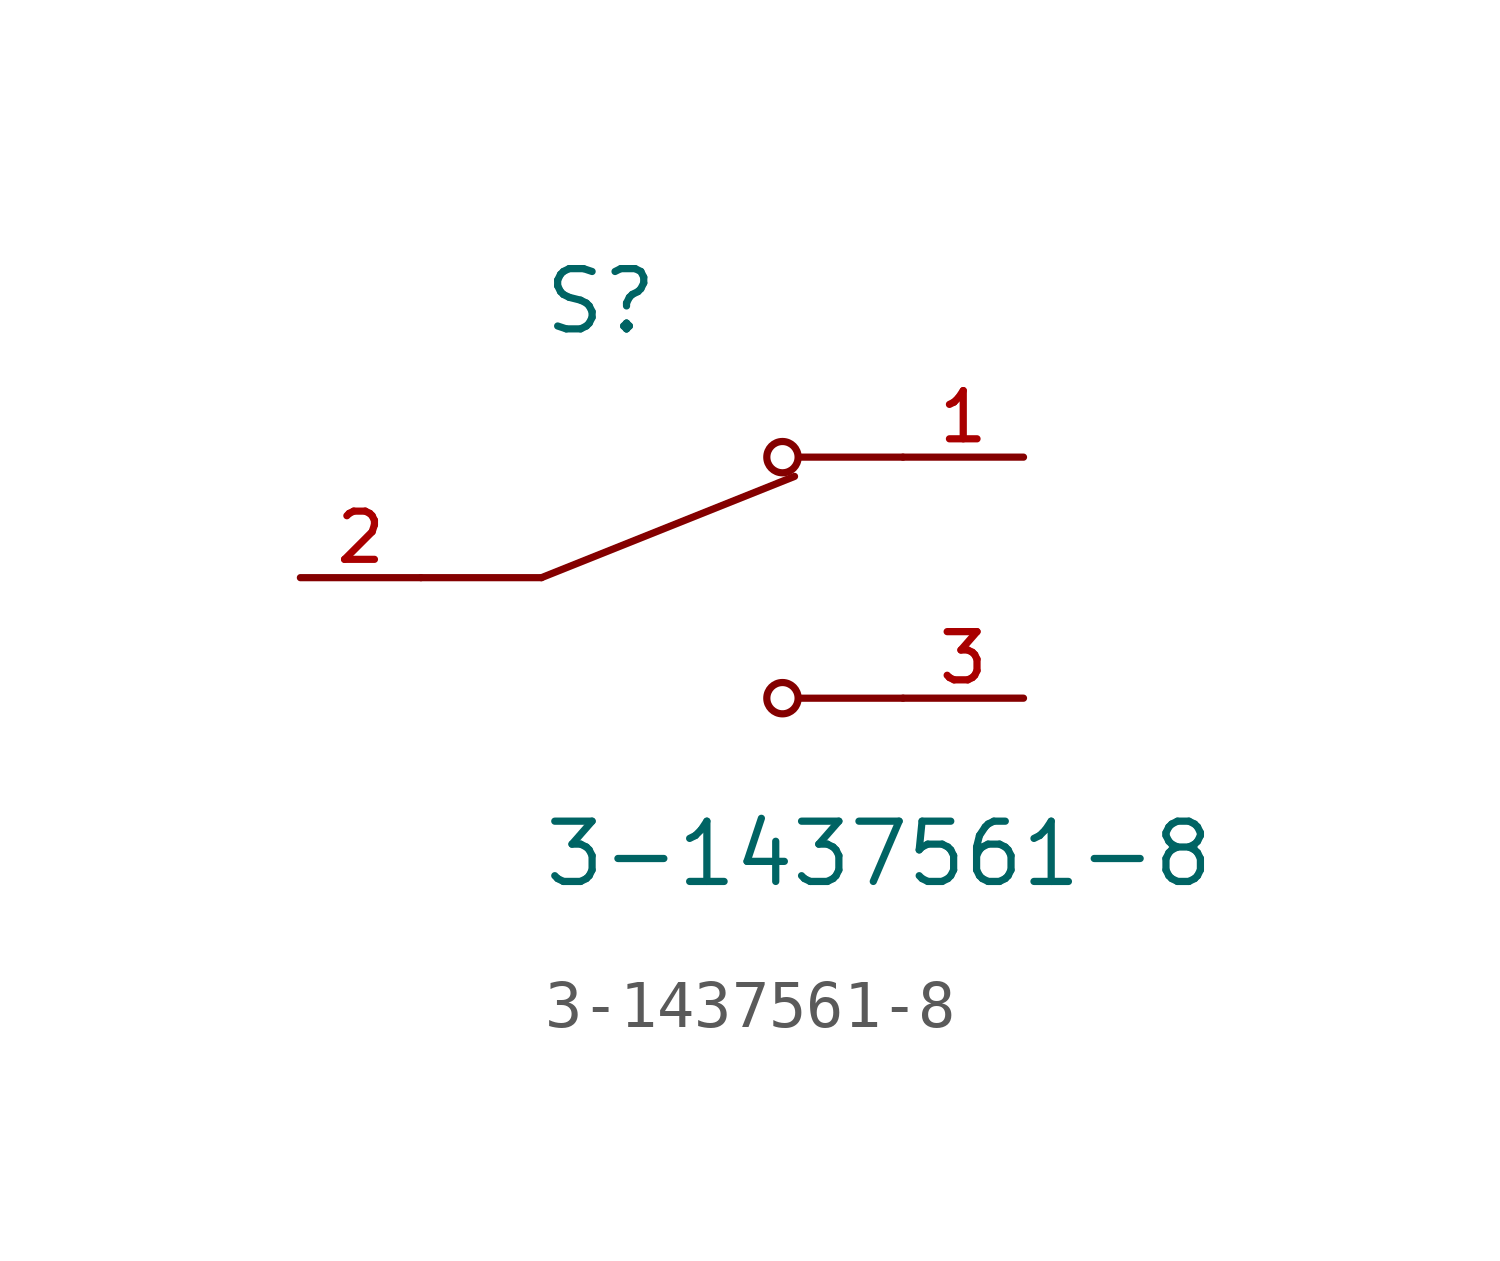
<source format=kicad_sym>
(kicad_symbol_lib
  (version 20211014)
  (generator kicad_symbol_editor)
  (symbol "3-1437561-8"
    (pin_names
      (offset 1.016))
    (property "Reference" "S"
      (at -2.54 5.08 0)
      (effects (font (size 1.27 1.27)) (justify bottom left)))
    (property "Value" "3-1437561-8"
      (at -2.54 -5.08 0)
      (effects (font (size 1.27 1.27)) (justify top left)))
    (symbol "3-1437561-8_0_0"
      (polyline (pts (xy -2.54 0.0) (xy 2.794 2.134)) (stroke (width 0.152)))
      (circle (center 2.54 2.54) (radius 0.33) (stroke (width 0.152)) (fill (type none)))
      (circle (center 2.54 -2.54) (radius 0.33) (stroke (width 0.152)) (fill (type none)))
      (polyline (pts (xy 5.08 -2.54) (xy 2.921 -2.54)) (stroke (width 0.152)))
      (polyline (pts (xy 5.08 2.54) (xy 2.921 2.54)) (stroke (width 0.152)))
      (polyline (pts (xy -2.54 0.0) (xy -5.08 0.0)) (stroke (width 0.152)))
      (pin passive line (at 7.62 2.54 180.0) (length 2.54) (name "~" (effects (font (size 1.016 1.016)))) (number "1" (effects (font (size 1.016 1.016)))))
      (pin passive line (at -7.62 0.0 0) (length 2.54) (name "~" (effects (font (size 1.016 1.016)))) (number "2" (effects (font (size 1.016 1.016)))))
      (pin passive line (at 7.62 -2.54 180.0) (length 2.54) (name "~" (effects (font (size 1.016 1.016)))) (number "3" (effects (font (size 1.016 1.016))))))))
</source>
